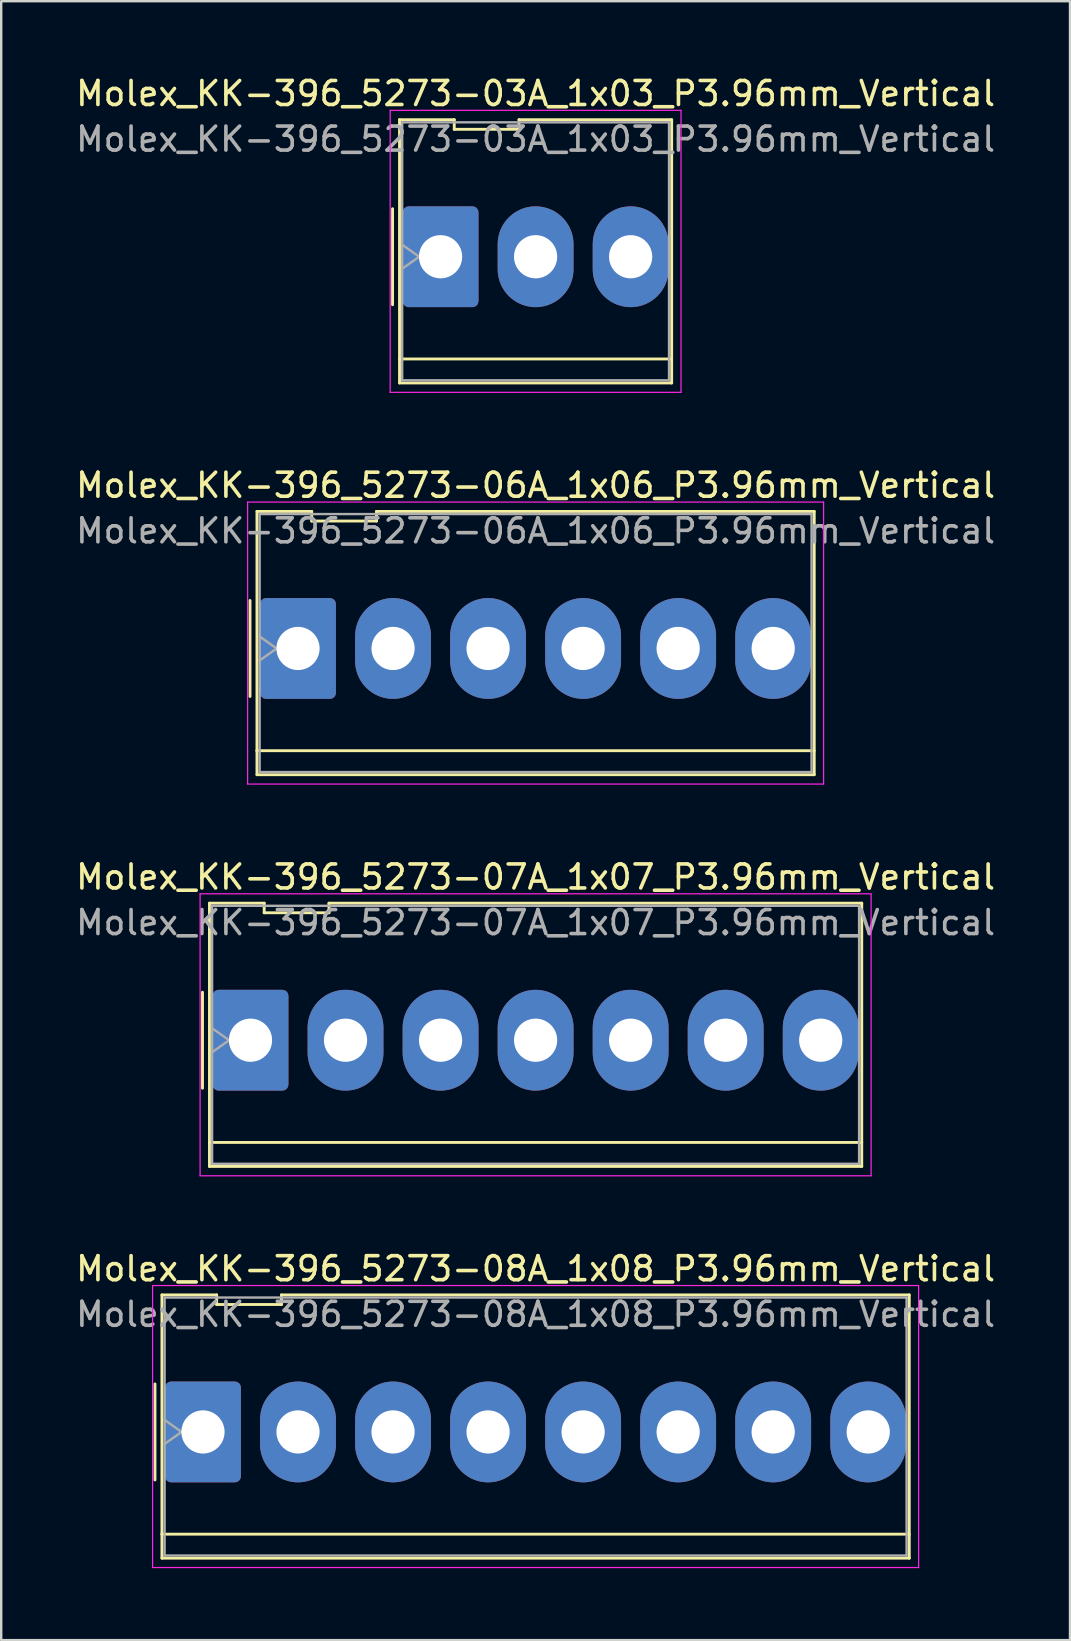
<source format=kicad_pcb>
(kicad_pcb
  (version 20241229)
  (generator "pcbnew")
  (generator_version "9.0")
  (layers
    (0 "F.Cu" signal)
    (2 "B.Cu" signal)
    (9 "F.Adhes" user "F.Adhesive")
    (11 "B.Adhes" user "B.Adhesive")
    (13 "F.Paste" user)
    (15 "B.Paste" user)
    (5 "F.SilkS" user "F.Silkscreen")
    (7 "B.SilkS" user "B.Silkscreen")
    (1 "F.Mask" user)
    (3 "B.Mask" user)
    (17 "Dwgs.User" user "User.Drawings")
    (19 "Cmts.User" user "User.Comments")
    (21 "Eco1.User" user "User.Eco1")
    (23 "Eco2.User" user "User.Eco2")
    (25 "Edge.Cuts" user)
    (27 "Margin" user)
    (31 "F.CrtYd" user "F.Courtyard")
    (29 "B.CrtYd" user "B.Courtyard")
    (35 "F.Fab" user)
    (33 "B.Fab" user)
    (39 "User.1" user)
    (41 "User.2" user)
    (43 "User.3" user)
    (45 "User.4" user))
  (footprint "Molex_KK-396_5273-07A_1x07_P3.96mm_Vertical"
    (layer "F.Cu")
    (at 7.388 40.295)
    (property "Reference" "Molex_KK-396_5273-07A_1x07_P3.96mm_Vertical" (at 11.88 -6.8 0) (layer "F.SilkS") (effects (font (size 1 1) (thickness 0.15))))
    (attr through_hole)
    (fp_line (start -2 -2) (end -2 2) (stroke (width 0.12) (type solid)) (layer "F.SilkS"))
    (fp_line (start -1.71 -5.71) (end 0.57 -5.71) (stroke (width 0.12) (type solid)) (layer "F.SilkS"))
    (fp_line (start -1.71 4.26) (end -1.71 -5.71) (stroke (width 0.12) (type solid)) (layer "F.SilkS"))
    (fp_line (start -1.71 4.26) (end 25.47 4.26) (stroke (width 0.12) (type solid)) (layer "F.SilkS"))
    (fp_line (start -1.71 5.26) (end -1.71 4.26) (stroke (width 0.12) (type solid)) (layer "F.SilkS"))
    (fp_line (start 0.57 -5.71) (end 0.57 -5.31) (stroke (width 0.12) (type solid)) (layer "F.SilkS"))
    (fp_line (start 0.57 -5.31) (end 3.27 -5.31) (stroke (width 0.12) (type solid)) (layer "F.SilkS"))
    (fp_line (start 3.27 -5.71) (end 25.47 -5.71) (stroke (width 0.12) (type solid)) (layer "F.SilkS"))
    (fp_line (start 3.27 -5.31) (end 3.27 -5.71) (stroke (width 0.12) (type solid)) (layer "F.SilkS"))
    (fp_line (start 25.47 -5.71) (end 25.47 5.26) (stroke (width 0.12) (type solid)) (layer "F.SilkS"))
    (fp_line (start 25.47 5.26) (end -1.71 5.26) (stroke (width 0.12) (type solid)) (layer "F.SilkS"))
    (fp_line (start -2.1 -6.1) (end -2.1 5.65) (stroke (width 0.05) (type solid)) (layer "F.CrtYd"))
    (fp_line (start -2.1 5.65) (end 25.86 5.65) (stroke (width 0.05) (type solid)) (layer "F.CrtYd"))
    (fp_line (start 25.86 -6.1) (end -2.1 -6.1) (stroke (width 0.05) (type solid)) (layer "F.CrtYd"))
    (fp_line (start 25.86 5.65) (end 25.86 -6.1) (stroke (width 0.05) (type solid)) (layer "F.CrtYd"))
    (fp_line (start -1.6 -5.6) (end 25.36 -5.6) (stroke (width 0.1) (type solid)) (layer "F.Fab"))
    (fp_line (start -1.6 -0.5) (end -0.893 0) (stroke (width 0.1) (type solid)) (layer "F.Fab"))
    (fp_line (start -1.6 5.15) (end -1.6 -5.6) (stroke (width 0.1) (type solid)) (layer "F.Fab"))
    (fp_line (start -0.893 0) (end -1.6 0.5) (stroke (width 0.1) (type solid)) (layer "F.Fab"))
    (fp_line (start 25.36 -5.6) (end 25.36 5.15) (stroke (width 0.1) (type solid)) (layer "F.Fab"))
    (fp_line (start 25.36 5.15) (end -1.6 5.15) (stroke (width 0.1) (type solid)) (layer "F.Fab"))
    (fp_text user "${REFERENCE}" (at 11.88 -4.9 0) (layer "F.Fab") (effects (font (size 1 1) (thickness 0.15))))
    (pad "1" thru_hole roundrect (at 0 0) (size 3.16 4.2) (drill 1.8) (layers "*.Cu" "*.Mask") (roundrect_rratio 0.079))
    (pad "2" thru_hole oval (at 3.96 0) (size 3.16 4.2) (drill 1.8) (layers "*.Cu" "*.Mask"))
    (pad "3" thru_hole oval (at 7.92 0) (size 3.16 4.2) (drill 1.8) (layers "*.Cu" "*.Mask"))
    (pad "4" thru_hole oval (at 11.88 0) (size 3.16 4.2) (drill 1.8) (layers "*.Cu" "*.Mask"))
    (pad "5" thru_hole oval (at 15.84 0) (size 3.16 4.2) (drill 1.8) (layers "*.Cu" "*.Mask"))
    (pad "6" thru_hole oval (at 19.8 0) (size 3.16 4.2) (drill 1.8) (layers "*.Cu" "*.Mask"))
    (pad "7" thru_hole oval (at 23.76 0) (size 3.16 4.2) (drill 1.8) (layers "*.Cu" "*.Mask")))
  (footprint "Molex_KK-396_5273-03A_1x03_P3.96mm_Vertical"
    (layer "F.Cu")
    (at 15.308 7.648)
    (property "Reference" "Molex_KK-396_5273-03A_1x03_P3.96mm_Vertical" (at 3.96 -6.8 0) (layer "F.SilkS") (effects (font (size 1 1) (thickness 0.15))))
    (attr through_hole)
    (fp_line (start -2 -2) (end -2 2) (stroke (width 0.12) (type solid)) (layer "F.SilkS"))
    (fp_line (start -1.71 -5.71) (end 0.57 -5.71) (stroke (width 0.12) (type solid)) (layer "F.SilkS"))
    (fp_line (start -1.71 4.26) (end -1.71 -5.71) (stroke (width 0.12) (type solid)) (layer "F.SilkS"))
    (fp_line (start -1.71 4.26) (end 9.63 4.26) (stroke (width 0.12) (type solid)) (layer "F.SilkS"))
    (fp_line (start -1.71 5.26) (end -1.71 4.26) (stroke (width 0.12) (type solid)) (layer "F.SilkS"))
    (fp_line (start 0.57 -5.71) (end 0.57 -5.31) (stroke (width 0.12) (type solid)) (layer "F.SilkS"))
    (fp_line (start 0.57 -5.31) (end 3.27 -5.31) (stroke (width 0.12) (type solid)) (layer "F.SilkS"))
    (fp_line (start 3.27 -5.71) (end 9.63 -5.71) (stroke (width 0.12) (type solid)) (layer "F.SilkS"))
    (fp_line (start 3.27 -5.31) (end 3.27 -5.71) (stroke (width 0.12) (type solid)) (layer "F.SilkS"))
    (fp_line (start 9.63 -5.71) (end 9.63 5.26) (stroke (width 0.12) (type solid)) (layer "F.SilkS"))
    (fp_line (start 9.63 5.26) (end -1.71 5.26) (stroke (width 0.12) (type solid)) (layer "F.SilkS"))
    (fp_line (start -2.1 -6.1) (end -2.1 5.65) (stroke (width 0.05) (type solid)) (layer "F.CrtYd"))
    (fp_line (start -2.1 5.65) (end 10.02 5.65) (stroke (width 0.05) (type solid)) (layer "F.CrtYd"))
    (fp_line (start 10.02 -6.1) (end -2.1 -6.1) (stroke (width 0.05) (type solid)) (layer "F.CrtYd"))
    (fp_line (start 10.02 5.65) (end 10.02 -6.1) (stroke (width 0.05) (type solid)) (layer "F.CrtYd"))
    (fp_line (start -1.6 -5.6) (end 9.52 -5.6) (stroke (width 0.1) (type solid)) (layer "F.Fab"))
    (fp_line (start -1.6 -0.5) (end -0.893 0) (stroke (width 0.1) (type solid)) (layer "F.Fab"))
    (fp_line (start -1.6 5.15) (end -1.6 -5.6) (stroke (width 0.1) (type solid)) (layer "F.Fab"))
    (fp_line (start -0.893 0) (end -1.6 0.5) (stroke (width 0.1) (type solid)) (layer "F.Fab"))
    (fp_line (start 9.52 -5.6) (end 9.52 5.15) (stroke (width 0.1) (type solid)) (layer "F.Fab"))
    (fp_line (start 9.52 5.15) (end -1.6 5.15) (stroke (width 0.1) (type solid)) (layer "F.Fab"))
    (fp_text user "${REFERENCE}" (at 3.96 -4.9 0) (layer "F.Fab") (effects (font (size 1 1) (thickness 0.15))))
    (pad "1" thru_hole roundrect (at 0 0) (size 3.16 4.2) (drill 1.8) (layers "*.Cu" "*.Mask") (roundrect_rratio 0.079))
    (pad "2" thru_hole oval (at 3.96 0) (size 3.16 4.2) (drill 1.8) (layers "*.Cu" "*.Mask"))
    (pad "3" thru_hole oval (at 7.92 0) (size 3.16 4.2) (drill 1.8) (layers "*.Cu" "*.Mask")))
  (footprint "Molex_KK-396_5273-08A_1x08_P3.96mm_Vertical"
    (layer "F.Cu")
    (at 5.408 56.618)
    (property "Reference" "Molex_KK-396_5273-08A_1x08_P3.96mm_Vertical" (at 13.86 -6.8 0) (layer "F.SilkS") (effects (font (size 1 1) (thickness 0.15))))
    (attr through_hole)
    (fp_line (start -2 -2) (end -2 2) (stroke (width 0.12) (type solid)) (layer "F.SilkS"))
    (fp_line (start -1.71 -5.71) (end 0.57 -5.71) (stroke (width 0.12) (type solid)) (layer "F.SilkS"))
    (fp_line (start -1.71 4.26) (end -1.71 -5.71) (stroke (width 0.12) (type solid)) (layer "F.SilkS"))
    (fp_line (start -1.71 4.26) (end 29.43 4.26) (stroke (width 0.12) (type solid)) (layer "F.SilkS"))
    (fp_line (start -1.71 5.26) (end -1.71 4.26) (stroke (width 0.12) (type solid)) (layer "F.SilkS"))
    (fp_line (start 0.57 -5.71) (end 0.57 -5.31) (stroke (width 0.12) (type solid)) (layer "F.SilkS"))
    (fp_line (start 0.57 -5.31) (end 3.27 -5.31) (stroke (width 0.12) (type solid)) (layer "F.SilkS"))
    (fp_line (start 3.27 -5.71) (end 29.43 -5.71) (stroke (width 0.12) (type solid)) (layer "F.SilkS"))
    (fp_line (start 3.27 -5.31) (end 3.27 -5.71) (stroke (width 0.12) (type solid)) (layer "F.SilkS"))
    (fp_line (start 29.43 -5.71) (end 29.43 5.26) (stroke (width 0.12) (type solid)) (layer "F.SilkS"))
    (fp_line (start 29.43 5.26) (end -1.71 5.26) (stroke (width 0.12) (type solid)) (layer "F.SilkS"))
    (fp_line (start -2.1 -6.1) (end -2.1 5.65) (stroke (width 0.05) (type solid)) (layer "F.CrtYd"))
    (fp_line (start -2.1 5.65) (end 29.82 5.65) (stroke (width 0.05) (type solid)) (layer "F.CrtYd"))
    (fp_line (start 29.82 -6.1) (end -2.1 -6.1) (stroke (width 0.05) (type solid)) (layer "F.CrtYd"))
    (fp_line (start 29.82 5.65) (end 29.82 -6.1) (stroke (width 0.05) (type solid)) (layer "F.CrtYd"))
    (fp_line (start -1.6 -5.6) (end 29.32 -5.6) (stroke (width 0.1) (type solid)) (layer "F.Fab"))
    (fp_line (start -1.6 -0.5) (end -0.893 0) (stroke (width 0.1) (type solid)) (layer "F.Fab"))
    (fp_line (start -1.6 5.15) (end -1.6 -5.6) (stroke (width 0.1) (type solid)) (layer "F.Fab"))
    (fp_line (start -0.893 0) (end -1.6 0.5) (stroke (width 0.1) (type solid)) (layer "F.Fab"))
    (fp_line (start 29.32 -5.6) (end 29.32 5.15) (stroke (width 0.1) (type solid)) (layer "F.Fab"))
    (fp_line (start 29.32 5.15) (end -1.6 5.15) (stroke (width 0.1) (type solid)) (layer "F.Fab"))
    (fp_text user "${REFERENCE}" (at 13.86 -4.9 0) (layer "F.Fab") (effects (font (size 1 1) (thickness 0.15))))
    (pad "1" thru_hole roundrect (at 0 0) (size 3.16 4.2) (drill 1.8) (layers "*.Cu" "*.Mask") (roundrect_rratio 0.079))
    (pad "2" thru_hole oval (at 3.96 0) (size 3.16 4.2) (drill 1.8) (layers "*.Cu" "*.Mask"))
    (pad "3" thru_hole oval (at 7.92 0) (size 3.16 4.2) (drill 1.8) (layers "*.Cu" "*.Mask"))
    (pad "4" thru_hole oval (at 11.88 0) (size 3.16 4.2) (drill 1.8) (layers "*.Cu" "*.Mask"))
    (pad "5" thru_hole oval (at 15.84 0) (size 3.16 4.2) (drill 1.8) (layers "*.Cu" "*.Mask"))
    (pad "6" thru_hole oval (at 19.8 0) (size 3.16 4.2) (drill 1.8) (layers "*.Cu" "*.Mask"))
    (pad "7" thru_hole oval (at 23.76 0) (size 3.16 4.2) (drill 1.8) (layers "*.Cu" "*.Mask"))
    (pad "8" thru_hole oval (at 27.72 0) (size 3.16 4.2) (drill 1.8) (layers "*.Cu" "*.Mask")))
  (footprint "Molex_KK-396_5273-06A_1x06_P3.96mm_Vertical"
    (layer "F.Cu")
    (at 9.368 23.971)
    (property "Reference" "Molex_KK-396_5273-06A_1x06_P3.96mm_Vertical" (at 9.9 -6.8 0) (layer "F.SilkS") (effects (font (size 1 1) (thickness 0.15))))
    (attr through_hole)
    (fp_line (start -2 -2) (end -2 2) (stroke (width 0.12) (type solid)) (layer "F.SilkS"))
    (fp_line (start -1.71 -5.71) (end 0.57 -5.71) (stroke (width 0.12) (type solid)) (layer "F.SilkS"))
    (fp_line (start -1.71 4.26) (end -1.71 -5.71) (stroke (width 0.12) (type solid)) (layer "F.SilkS"))
    (fp_line (start -1.71 4.26) (end 21.51 4.26) (stroke (width 0.12) (type solid)) (layer "F.SilkS"))
    (fp_line (start -1.71 5.26) (end -1.71 4.26) (stroke (width 0.12) (type solid)) (layer "F.SilkS"))
    (fp_line (start 0.57 -5.71) (end 0.57 -5.31) (stroke (width 0.12) (type solid)) (layer "F.SilkS"))
    (fp_line (start 0.57 -5.31) (end 3.27 -5.31) (stroke (width 0.12) (type solid)) (layer "F.SilkS"))
    (fp_line (start 3.27 -5.71) (end 21.51 -5.71) (stroke (width 0.12) (type solid)) (layer "F.SilkS"))
    (fp_line (start 3.27 -5.31) (end 3.27 -5.71) (stroke (width 0.12) (type solid)) (layer "F.SilkS"))
    (fp_line (start 21.51 -5.71) (end 21.51 5.26) (stroke (width 0.12) (type solid)) (layer "F.SilkS"))
    (fp_line (start 21.51 5.26) (end -1.71 5.26) (stroke (width 0.12) (type solid)) (layer "F.SilkS"))
    (fp_line (start -2.1 -6.1) (end -2.1 5.65) (stroke (width 0.05) (type solid)) (layer "F.CrtYd"))
    (fp_line (start -2.1 5.65) (end 21.9 5.65) (stroke (width 0.05) (type solid)) (layer "F.CrtYd"))
    (fp_line (start 21.9 -6.1) (end -2.1 -6.1) (stroke (width 0.05) (type solid)) (layer "F.CrtYd"))
    (fp_line (start 21.9 5.65) (end 21.9 -6.1) (stroke (width 0.05) (type solid)) (layer "F.CrtYd"))
    (fp_line (start -1.6 -5.6) (end 21.4 -5.6) (stroke (width 0.1) (type solid)) (layer "F.Fab"))
    (fp_line (start -1.6 -0.5) (end -0.893 0) (stroke (width 0.1) (type solid)) (layer "F.Fab"))
    (fp_line (start -1.6 5.15) (end -1.6 -5.6) (stroke (width 0.1) (type solid)) (layer "F.Fab"))
    (fp_line (start -0.893 0) (end -1.6 0.5) (stroke (width 0.1) (type solid)) (layer "F.Fab"))
    (fp_line (start 21.4 -5.6) (end 21.4 5.15) (stroke (width 0.1) (type solid)) (layer "F.Fab"))
    (fp_line (start 21.4 5.15) (end -1.6 5.15) (stroke (width 0.1) (type solid)) (layer "F.Fab"))
    (fp_text user "${REFERENCE}" (at 9.9 -4.9 0) (layer "F.Fab") (effects (font (size 1 1) (thickness 0.15))))
    (pad "1" thru_hole roundrect (at 0 0) (size 3.16 4.2) (drill 1.8) (layers "*.Cu" "*.Mask") (roundrect_rratio 0.079))
    (pad "2" thru_hole oval (at 3.96 0) (size 3.16 4.2) (drill 1.8) (layers "*.Cu" "*.Mask"))
    (pad "3" thru_hole oval (at 7.92 0) (size 3.16 4.2) (drill 1.8) (layers "*.Cu" "*.Mask"))
    (pad "4" thru_hole oval (at 11.88 0) (size 3.16 4.2) (drill 1.8) (layers "*.Cu" "*.Mask"))
    (pad "5" thru_hole oval (at 15.84 0) (size 3.16 4.2) (drill 1.8) (layers "*.Cu" "*.Mask"))
    (pad "6" thru_hole oval (at 19.8 0) (size 3.16 4.2) (drill 1.8) (layers "*.Cu" "*.Mask")))
  (gr_rect
    (start -3 -3)
    (end 41.536 65.293)
    (stroke (width 0.1) (type default))
    (fill no)
    (layer "Edge.Cuts")))
</source>
